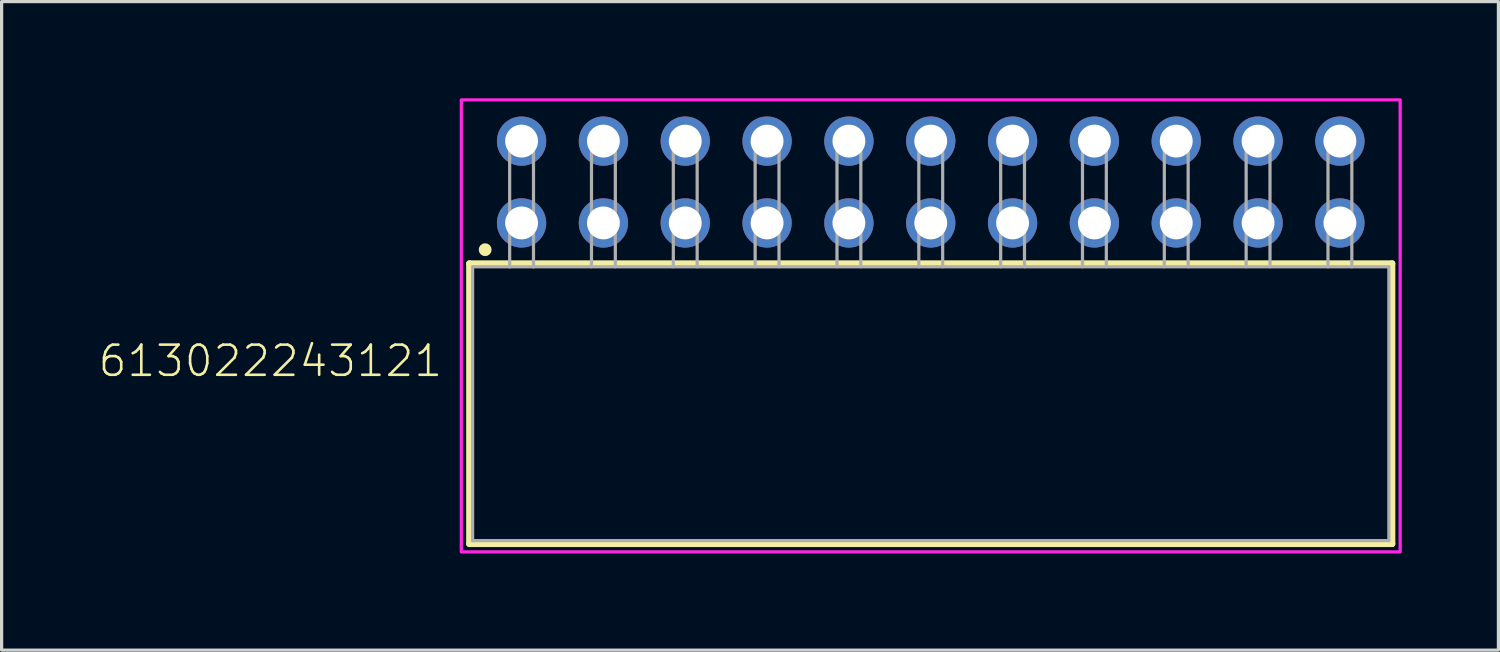
<source format=kicad_pcb>
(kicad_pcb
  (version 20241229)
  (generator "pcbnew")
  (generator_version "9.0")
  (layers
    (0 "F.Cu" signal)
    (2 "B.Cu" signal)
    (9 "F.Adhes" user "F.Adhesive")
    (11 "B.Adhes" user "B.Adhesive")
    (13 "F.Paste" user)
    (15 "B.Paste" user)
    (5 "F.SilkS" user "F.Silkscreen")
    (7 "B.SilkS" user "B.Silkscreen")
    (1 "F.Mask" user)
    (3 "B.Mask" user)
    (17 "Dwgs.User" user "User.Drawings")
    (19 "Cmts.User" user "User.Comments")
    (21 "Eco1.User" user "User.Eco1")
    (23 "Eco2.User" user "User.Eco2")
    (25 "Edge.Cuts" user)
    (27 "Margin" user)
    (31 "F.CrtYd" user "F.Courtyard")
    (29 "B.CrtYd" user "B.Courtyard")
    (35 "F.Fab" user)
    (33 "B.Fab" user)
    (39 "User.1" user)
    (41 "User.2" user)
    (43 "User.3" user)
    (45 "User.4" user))
  (footprint "613022243121"
    (layer "F.Cu")
    (at 25.839 9.48)
    (property "Reference" "613022243121" (at -15.1 -0.78 0) (unlocked yes) (layer "F.SilkS") (effects (font (size 0.935 0.935) (thickness 0.081)) (justify right bottom)))
    (fp_line (start -14.32 -4.35) (end 14.32 -4.35) (stroke (width 0.2) (type solid)) (layer "F.SilkS"))
    (fp_line (start -14.32 4.35) (end -14.32 -4.35) (stroke (width 0.2) (type solid)) (layer "F.SilkS"))
    (fp_line (start 14.32 -4.35) (end 14.32 4.35) (stroke (width 0.2) (type solid)) (layer "F.SilkS"))
    (fp_line (start 14.32 4.35) (end -14.32 4.35) (stroke (width 0.2) (type solid)) (layer "F.SilkS"))
    (fp_circle (center -13.83 -4.78) (end -13.73 -4.78) (stroke (width 0.2) (type solid)) (fill no) (layer "F.SilkS"))
    (fp_poly (pts (xy 14.57 4.6) (xy -14.57 4.6) (xy -14.57 -9.43) (xy 14.57 -9.43)) (stroke (width 0.1) (type default)) (fill no) (layer "F.CrtYd"))
    (fp_line (start -14.22 -4.25) (end -14.22 4.25) (stroke (width 0.1) (type solid)) (layer "F.Fab"))
    (fp_line (start -13.07 -8.35) (end -12.33 -8.35) (stroke (width 0.1) (type solid)) (layer "F.Fab"))
    (fp_line (start -13.07 -4.25) (end -14.22 -4.25) (stroke (width 0.1) (type solid)) (layer "F.Fab"))
    (fp_line (start -13.07 -4.25) (end -13.07 -8.35) (stroke (width 0.1) (type solid)) (layer "F.Fab"))
    (fp_line (start -12.33 -8.35) (end -12.33 -4.25) (stroke (width 0.1) (type solid)) (layer "F.Fab"))
    (fp_line (start -12.33 -4.25) (end -13.07 -4.25) (stroke (width 0.1) (type solid)) (layer "F.Fab"))
    (fp_line (start -10.53 -8.35) (end -9.79 -8.35) (stroke (width 0.1) (type solid)) (layer "F.Fab"))
    (fp_line (start -10.53 -4.25) (end -10.53 -8.35) (stroke (width 0.1) (type solid)) (layer "F.Fab"))
    (fp_line (start -9.79 -8.35) (end -9.79 -4.25) (stroke (width 0.1) (type solid)) (layer "F.Fab"))
    (fp_line (start -7.99 -8.35) (end -7.25 -8.35) (stroke (width 0.1) (type solid)) (layer "F.Fab"))
    (fp_line (start -7.99 -4.25) (end -7.99 -8.35) (stroke (width 0.1) (type solid)) (layer "F.Fab"))
    (fp_line (start -7.25 -8.35) (end -7.25 -4.25) (stroke (width 0.1) (type solid)) (layer "F.Fab"))
    (fp_line (start -5.45 -8.35) (end -4.71 -8.35) (stroke (width 0.1) (type solid)) (layer "F.Fab"))
    (fp_line (start -5.45 -4.25) (end -5.45 -8.35) (stroke (width 0.1) (type solid)) (layer "F.Fab"))
    (fp_line (start -4.71 -8.35) (end -4.71 -4.25) (stroke (width 0.1) (type solid)) (layer "F.Fab"))
    (fp_line (start -2.91 -8.35) (end -2.17 -8.35) (stroke (width 0.1) (type solid)) (layer "F.Fab"))
    (fp_line (start -2.91 -4.25) (end -2.91 -8.35) (stroke (width 0.1) (type solid)) (layer "F.Fab"))
    (fp_line (start -2.17 -8.35) (end -2.17 -4.25) (stroke (width 0.1) (type solid)) (layer "F.Fab"))
    (fp_line (start -0.37 -8.35) (end 0.37 -8.35) (stroke (width 0.1) (type solid)) (layer "F.Fab"))
    (fp_line (start -0.37 -4.25) (end -0.37 -8.35) (stroke (width 0.1) (type solid)) (layer "F.Fab"))
    (fp_line (start 0.37 -8.35) (end 0.37 -4.25) (stroke (width 0.1) (type solid)) (layer "F.Fab"))
    (fp_line (start 2.17 -8.35) (end 2.91 -8.35) (stroke (width 0.1) (type solid)) (layer "F.Fab"))
    (fp_line (start 2.17 -4.25) (end 2.17 -8.35) (stroke (width 0.1) (type solid)) (layer "F.Fab"))
    (fp_line (start 2.91 -8.35) (end 2.91 -4.25) (stroke (width 0.1) (type solid)) (layer "F.Fab"))
    (fp_line (start 4.71 -8.35) (end 5.45 -8.35) (stroke (width 0.1) (type solid)) (layer "F.Fab"))
    (fp_line (start 4.71 -4.25) (end 4.71 -8.35) (stroke (width 0.1) (type solid)) (layer "F.Fab"))
    (fp_line (start 5.45 -8.35) (end 5.45 -4.25) (stroke (width 0.1) (type solid)) (layer "F.Fab"))
    (fp_line (start 7.25 -8.35) (end 7.99 -8.35) (stroke (width 0.1) (type solid)) (layer "F.Fab"))
    (fp_line (start 7.25 -4.25) (end 7.25 -8.35) (stroke (width 0.1) (type solid)) (layer "F.Fab"))
    (fp_line (start 7.99 -8.35) (end 7.99 -4.25) (stroke (width 0.1) (type solid)) (layer "F.Fab"))
    (fp_line (start 9.79 -8.35) (end 10.53 -8.35) (stroke (width 0.1) (type solid)) (layer "F.Fab"))
    (fp_line (start 9.79 -4.25) (end 9.79 -8.35) (stroke (width 0.1) (type solid)) (layer "F.Fab"))
    (fp_line (start 10.53 -8.35) (end 10.53 -4.25) (stroke (width 0.1) (type solid)) (layer "F.Fab"))
    (fp_line (start 12.33 -8.35) (end 13.07 -8.35) (stroke (width 0.1) (type solid)) (layer "F.Fab"))
    (fp_line (start 12.33 -4.25) (end 12.33 -8.35) (stroke (width 0.1) (type solid)) (layer "F.Fab"))
    (fp_line (start 13.07 -8.35) (end 13.07 -4.25) (stroke (width 0.1) (type solid)) (layer "F.Fab"))
    (fp_line (start 14.22 -4.25) (end -12.33 -4.25) (stroke (width 0.1) (type solid)) (layer "F.Fab"))
    (fp_line (start 14.22 4.25) (end -14.22 4.25) (stroke (width 0.1) (type solid)) (layer "F.Fab"))
    (fp_line (start 14.22 4.25) (end 14.22 -4.25) (stroke (width 0.1) (type solid)) (layer "F.Fab"))
    (pad "1" thru_hole circle (at -12.7 -5.61 180) (size 1.53 1.53) (drill 1.02) (layers "*.Cu" "*.Mask"))
    (pad "2" thru_hole circle (at -12.7 -8.15 180) (size 1.53 1.53) (drill 1.02) (layers "*.Cu" "*.Mask"))
    (pad "3" thru_hole circle (at -10.16 -5.61 180) (size 1.53 1.53) (drill 1.02) (layers "*.Cu" "*.Mask"))
    (pad "4" thru_hole circle (at -10.16 -8.15 180) (size 1.53 1.53) (drill 1.02) (layers "*.Cu" "*.Mask"))
    (pad "5" thru_hole circle (at -7.62 -5.61 180) (size 1.53 1.53) (drill 1.02) (layers "*.Cu" "*.Mask"))
    (pad "6" thru_hole circle (at -7.62 -8.15 180) (size 1.53 1.53) (drill 1.02) (layers "*.Cu" "*.Mask"))
    (pad "7" thru_hole circle (at -5.08 -5.61 180) (size 1.53 1.53) (drill 1.02) (layers "*.Cu" "*.Mask"))
    (pad "8" thru_hole circle (at -5.08 -8.15 180) (size 1.53 1.53) (drill 1.02) (layers "*.Cu" "*.Mask"))
    (pad "9" thru_hole circle (at -2.54 -5.61 180) (size 1.53 1.53) (drill 1.02) (layers "*.Cu" "*.Mask"))
    (pad "10" thru_hole circle (at -2.54 -8.15 180) (size 1.53 1.53) (drill 1.02) (layers "*.Cu" "*.Mask"))
    (pad "11" thru_hole circle (at 0 -5.61 180) (size 1.53 1.53) (drill 1.02) (layers "*.Cu" "*.Mask"))
    (pad "12" thru_hole circle (at 0 -8.15 180) (size 1.53 1.53) (drill 1.02) (layers "*.Cu" "*.Mask"))
    (pad "13" thru_hole circle (at 2.54 -5.61 180) (size 1.53 1.53) (drill 1.02) (layers "*.Cu" "*.Mask"))
    (pad "14" thru_hole circle (at 2.54 -8.15 180) (size 1.53 1.53) (drill 1.02) (layers "*.Cu" "*.Mask"))
    (pad "15" thru_hole circle (at 5.08 -5.61 180) (size 1.53 1.53) (drill 1.02) (layers "*.Cu" "*.Mask"))
    (pad "16" thru_hole circle (at 5.08 -8.15 180) (size 1.53 1.53) (drill 1.02) (layers "*.Cu" "*.Mask"))
    (pad "17" thru_hole circle (at 7.62 -5.61 180) (size 1.53 1.53) (drill 1.02) (layers "*.Cu" "*.Mask"))
    (pad "18" thru_hole circle (at 7.62 -8.15 180) (size 1.53 1.53) (drill 1.02) (layers "*.Cu" "*.Mask"))
    (pad "19" thru_hole circle (at 10.16 -5.61 180) (size 1.53 1.53) (drill 1.02) (layers "*.Cu" "*.Mask"))
    (pad "20" thru_hole circle (at 10.16 -8.15 180) (size 1.53 1.53) (drill 1.02) (layers "*.Cu" "*.Mask"))
    (pad "21" thru_hole circle (at 12.7 -5.61 180) (size 1.53 1.53) (drill 1.02) (layers "*.Cu" "*.Mask"))
    (pad "22" thru_hole circle (at 12.7 -8.15 180) (size 1.53 1.53) (drill 1.02) (layers "*.Cu" "*.Mask")))
  (gr_rect
    (start -3 -3)
    (end 43.459 17.13)
    (stroke (width 0.1) (type default))
    (fill no)
    (layer "Edge.Cuts")))
</source>
